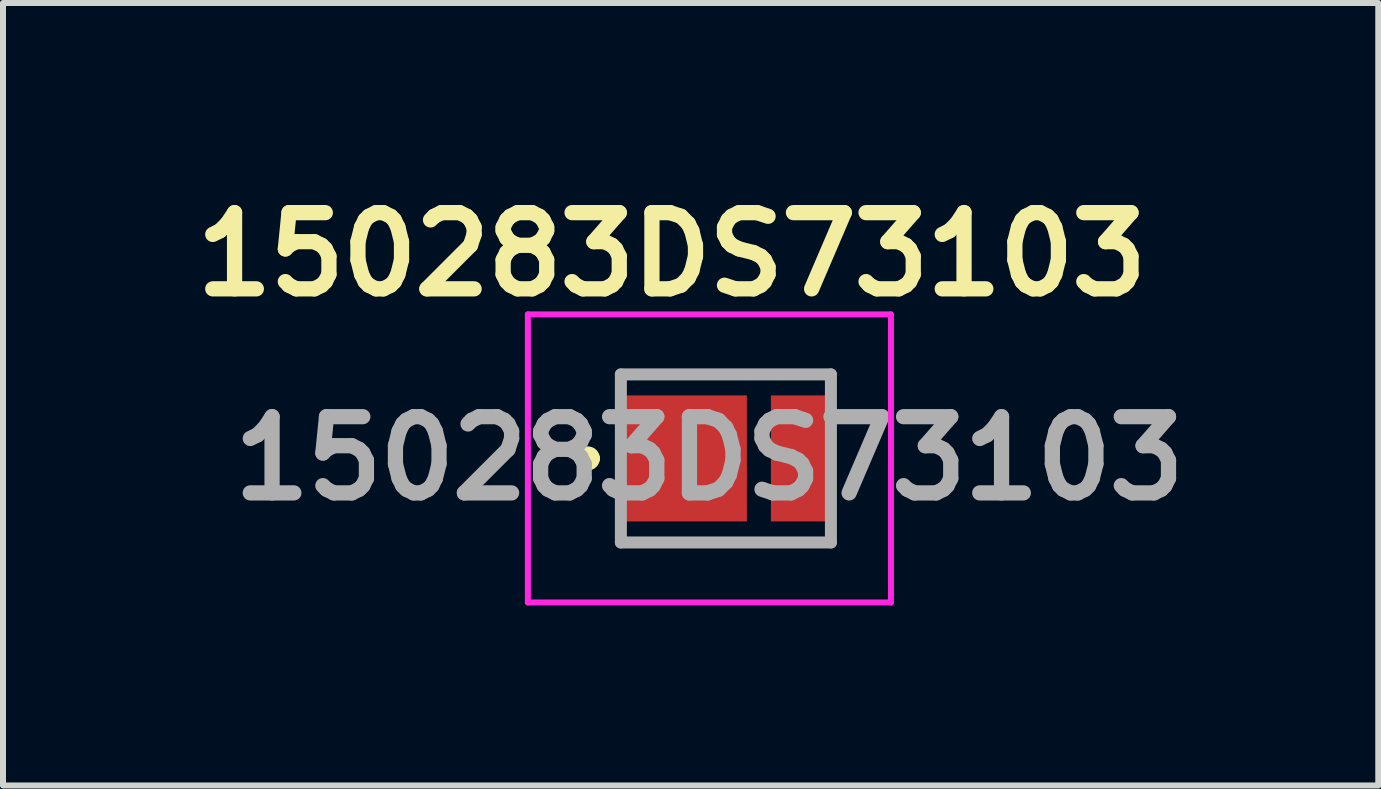
<source format=kicad_pcb>
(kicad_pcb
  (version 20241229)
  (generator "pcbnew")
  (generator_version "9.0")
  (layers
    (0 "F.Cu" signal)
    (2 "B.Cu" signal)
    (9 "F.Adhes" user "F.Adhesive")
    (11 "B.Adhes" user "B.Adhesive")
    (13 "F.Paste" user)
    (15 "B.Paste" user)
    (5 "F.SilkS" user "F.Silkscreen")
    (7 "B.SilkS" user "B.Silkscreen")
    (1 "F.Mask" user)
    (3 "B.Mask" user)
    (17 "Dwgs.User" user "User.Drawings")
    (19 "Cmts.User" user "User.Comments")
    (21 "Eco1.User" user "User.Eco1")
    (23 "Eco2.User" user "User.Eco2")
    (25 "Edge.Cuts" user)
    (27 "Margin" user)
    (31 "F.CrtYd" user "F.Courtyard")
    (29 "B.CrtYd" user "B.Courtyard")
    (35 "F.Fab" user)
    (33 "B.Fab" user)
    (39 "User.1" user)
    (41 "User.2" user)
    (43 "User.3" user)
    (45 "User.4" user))
  (footprint "150283DS73103"
    (layer "F.Cu")
    (at 8.346 4.589)
    (property "Reference" "150283DS73103" (at -0.2 -3.4 0) (layer "F.SilkS") (effects (font (size 1.27 1.27) (thickness 0.254))))
    (attr smd)
    (fp_line (start -1.7 0) (end -1.7 0) (stroke (width 0.2) (type solid)) (layer "F.SilkS"))
    (fp_line (start -1.5 0) (end -1.5 0) (stroke (width 0.2) (type solid)) (layer "F.SilkS"))
    (fp_line (start -1.05 -1.4) (end 2.45 -1.4) (stroke (width 0.1) (type solid)) (layer "F.SilkS"))
    (fp_line (start -1.05 1.4) (end 2.45 1.4) (stroke (width 0.1) (type solid)) (layer "F.SilkS"))
    (fp_arc (start -1.7 0) (mid -1.6 -0.1) (end -1.5 0) (stroke (width 0.2) (type solid)) (layer "F.SilkS"))
    (fp_arc (start -1.5 0) (mid -1.6 0.1) (end -1.7 0) (stroke (width 0.2) (type solid)) (layer "F.SilkS"))
    (fp_line (start -2.6 -2.4) (end 3.45 -2.4) (stroke (width 0.1) (type solid)) (layer "F.CrtYd"))
    (fp_line (start -2.6 2.4) (end -2.6 -2.4) (stroke (width 0.1) (type solid)) (layer "F.CrtYd"))
    (fp_line (start 3.45 -2.4) (end 3.45 2.4) (stroke (width 0.1) (type solid)) (layer "F.CrtYd"))
    (fp_line (start 3.45 2.4) (end -2.6 2.4) (stroke (width 0.1) (type solid)) (layer "F.CrtYd"))
    (fp_line (start -1.05 -1.4) (end 2.45 -1.4) (stroke (width 0.2) (type solid)) (layer "F.Fab"))
    (fp_line (start -1.05 1.4) (end -1.05 -1.4) (stroke (width 0.2) (type solid)) (layer "F.Fab"))
    (fp_line (start 2.45 -1.4) (end 2.45 1.4) (stroke (width 0.2) (type solid)) (layer "F.Fab"))
    (fp_line (start 2.45 1.4) (end -1.05 1.4) (stroke (width 0.2) (type solid)) (layer "F.Fab"))
    (fp_text user "${REFERENCE}" (at 0.425 0 0) (layer "F.Fab") (effects (font (size 1.27 1.27) (thickness 0.254))))
    (pad "1" smd rect (at 0 0) (size 2.1 2.1) (layers "F.Cu" "F.Mask" "F.Paste"))
    (pad "2" smd rect (at 1.95 0) (size 1 2.1) (layers "F.Cu" "F.Mask" "F.Paste")))
  (gr_rect
    (start -3 -3)
    (end 19.917 10.039)
    (stroke (width 0.1) (type default))
    (fill no)
    (layer "Edge.Cuts")))
</source>
